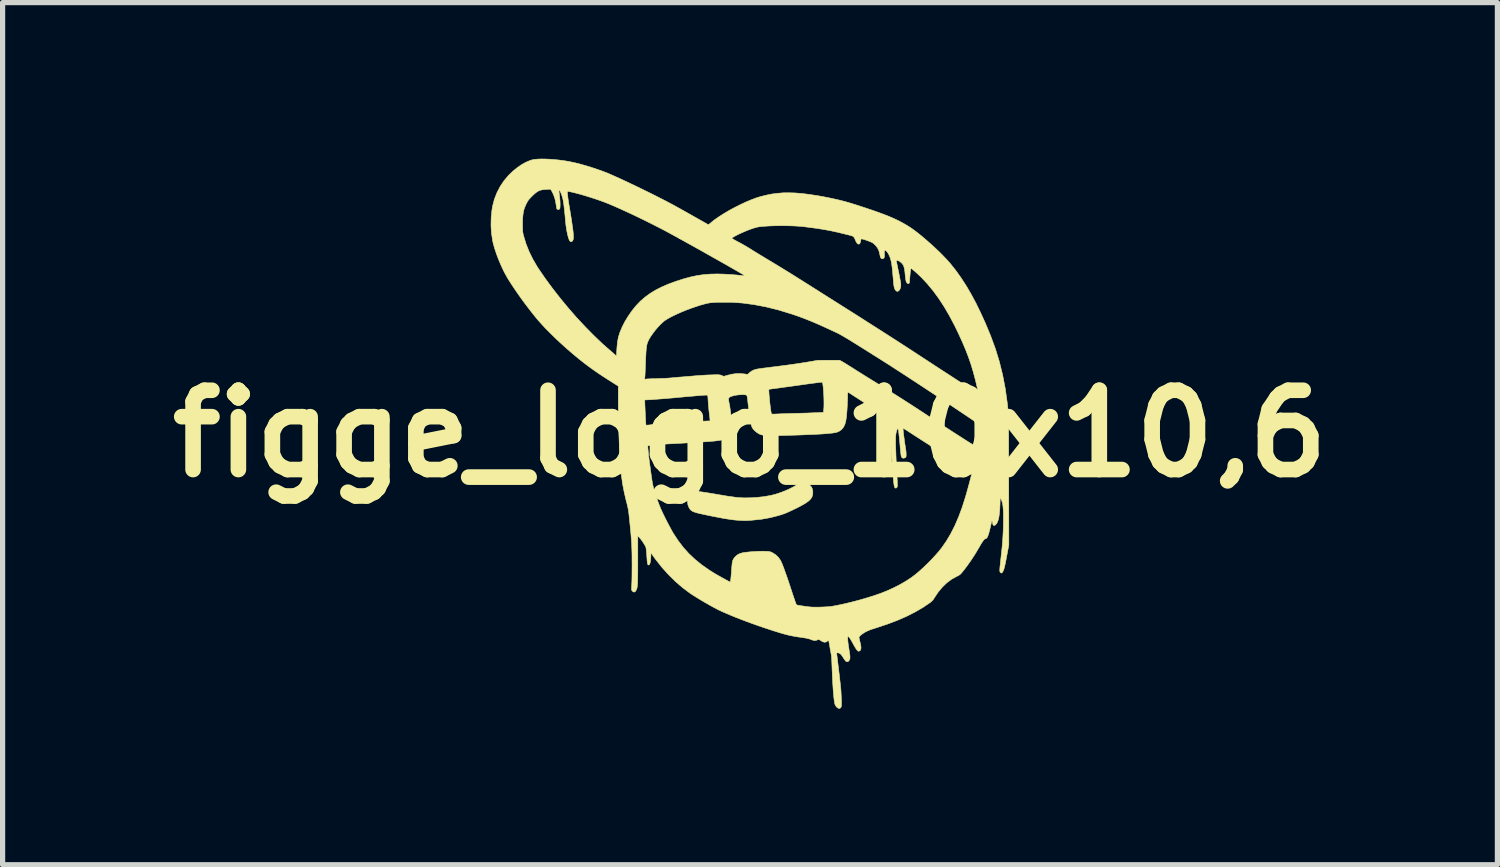
<source format=kicad_pcb>
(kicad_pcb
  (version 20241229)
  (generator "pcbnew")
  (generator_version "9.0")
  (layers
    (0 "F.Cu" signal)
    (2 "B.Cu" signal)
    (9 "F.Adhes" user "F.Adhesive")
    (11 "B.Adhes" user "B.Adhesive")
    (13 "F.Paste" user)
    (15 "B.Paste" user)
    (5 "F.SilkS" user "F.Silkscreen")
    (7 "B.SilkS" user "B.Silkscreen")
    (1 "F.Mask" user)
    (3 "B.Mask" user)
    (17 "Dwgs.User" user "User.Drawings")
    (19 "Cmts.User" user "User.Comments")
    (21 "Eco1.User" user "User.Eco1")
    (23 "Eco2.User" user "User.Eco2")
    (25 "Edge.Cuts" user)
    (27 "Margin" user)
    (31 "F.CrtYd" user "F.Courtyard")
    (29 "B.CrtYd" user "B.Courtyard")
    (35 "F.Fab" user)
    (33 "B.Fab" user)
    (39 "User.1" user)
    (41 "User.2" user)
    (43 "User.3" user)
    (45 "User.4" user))
  (footprint "figge_logo_10x10,6"
    (layer "F.Cu")
    (at 11.365 5.285)
    (property "Reference" "figge_logo_10x10,6" (at 0 0 0) (layer "F.SilkS") (effects (font (size 1.524 1.524) (thickness 0.3))))
    (attr through_hole)
    (fp_poly (pts (xy 1.057 0.947) (xy 1.086 0.951) (xy 1.11 0.96) (xy 1.132 0.975) (xy 1.145 0.985) (xy 1.178 1.021) (xy 1.198 1.061) (xy 1.206 1.108) (xy 1.207 1.129) (xy 1.204 1.166) (xy 1.197 1.199) (xy 1.183 1.23) (xy 1.161 1.26) (xy 1.131 1.29) (xy 1.091 1.32) (xy 1.041 1.352) (xy 0.978 1.387) (xy 0.903 1.426) (xy 0.864 1.445) (xy 0.799 1.476) (xy 0.745 1.501) (xy 0.698 1.522) (xy 0.654 1.539) (xy 0.61 1.554) (xy 0.563 1.569) (xy 0.542 1.575) (xy 0.384 1.615) (xy 0.216 1.645) (xy 0.041 1.663) (xy 0.023 1.665) (xy -0.025 1.668) (xy -0.063 1.67) (xy -0.094 1.671) (xy -0.124 1.67) (xy -0.157 1.669) (xy -0.195 1.667) (xy -0.25 1.663) (xy -0.306 1.658) (xy -0.367 1.65) (xy -0.433 1.64) (xy -0.508 1.628) (xy -0.593 1.612) (xy -0.69 1.593) (xy -0.762 1.579) (xy -0.847 1.561) (xy -0.918 1.546) (xy -0.976 1.533) (xy -1.024 1.521) (xy -1.062 1.509) (xy -1.092 1.498) (xy -1.116 1.485) (xy -1.134 1.472) (xy -1.149 1.457) (xy -1.161 1.44) (xy -1.173 1.419) (xy -1.175 1.417) (xy -1.195 1.363) (xy -1.201 1.31) (xy -1.193 1.257) (xy -1.172 1.209) (xy -1.139 1.167) (xy -1.098 1.137) (xy -1.085 1.129) (xy -1.071 1.123) (xy -1.057 1.118) (xy -1.041 1.115) (xy -1.021 1.113) (xy -0.997 1.113) (xy -0.967 1.115) (xy -0.93 1.119) (xy -0.884 1.126) (xy -0.829 1.134) (xy -0.763 1.145) (xy -0.684 1.158) (xy -0.593 1.174) (xy -0.535 1.183) (xy -0.474 1.194) (xy -0.411 1.204) (xy -0.35 1.212) (xy -0.294 1.22) (xy -0.249 1.226) (xy -0.227 1.228) (xy -0.112 1.234) (xy 0.012 1.232) (xy 0.14 1.224) (xy 0.266 1.21) (xy 0.387 1.189) (xy 0.414 1.183) (xy 0.499 1.161) (xy 0.589 1.131) (xy 0.679 1.096) (xy 0.766 1.057) (xy 0.844 1.016) (xy 0.884 0.992) (xy 0.956 0.946) (xy 1.017 0.946) (xy 1.057 0.947)) (stroke (width 0.01) (type solid)) (fill yes) (layer "F.SilkS"))
    (fp_poly (pts (xy -3.933 -5.279) (xy -3.846 -5.275) (xy -3.754 -5.268) (xy -3.659 -5.258) (xy -3.563 -5.245) (xy -3.469 -5.229) (xy -3.462 -5.227) (xy -3.371 -5.208) (xy -3.27 -5.183) (xy -3.163 -5.153) (xy -3.052 -5.119) (xy -2.943 -5.083) (xy -2.838 -5.046) (xy -2.741 -5.009) (xy -2.692 -4.988) (xy -2.609 -4.951) (xy -2.515 -4.909) (xy -2.412 -4.861) (xy -2.302 -4.809) (xy -2.189 -4.755) (xy -2.073 -4.699) (xy -1.958 -4.643) (xy -1.846 -4.587) (xy -1.739 -4.533) (xy -1.639 -4.482) (xy -1.548 -4.434) (xy -1.469 -4.392) (xy -1.461 -4.388) (xy -1.426 -4.368) (xy -1.379 -4.342) (xy -1.325 -4.312) (xy -1.265 -4.279) (xy -1.201 -4.243) (xy -1.136 -4.206) (xy -1.071 -4.169) (xy -1.008 -4.134) (xy -0.95 -4.101) (xy -0.899 -4.072) (xy -0.856 -4.048) (xy -0.825 -4.03) (xy -0.819 -4.027) (xy -0.808 -4.021) (xy -0.799 -4.02) (xy -0.787 -4.026) (xy -0.77 -4.039) (xy -0.753 -4.054) (xy -0.682 -4.111) (xy -0.597 -4.17) (xy -0.503 -4.23) (xy -0.402 -4.29) (xy -0.296 -4.347) (xy -0.187 -4.402) (xy -0.08 -4.452) (xy 0.025 -4.496) (xy 0.124 -4.533) (xy 0.202 -4.557) (xy 0.31 -4.584) (xy 0.418 -4.606) (xy 0.527 -4.62) (xy 0.639 -4.629) (xy 0.756 -4.63) (xy 0.878 -4.626) (xy 1.009 -4.615) (xy 1.149 -4.597) (xy 1.301 -4.574) (xy 1.422 -4.552) (xy 1.512 -4.534) (xy 1.594 -4.517) (xy 1.671 -4.5) (xy 1.745 -4.482) (xy 1.82 -4.463) (xy 1.897 -4.441) (xy 1.979 -4.416) (xy 2.069 -4.388) (xy 2.169 -4.355) (xy 2.244 -4.33) (xy 2.363 -4.29) (xy 2.468 -4.253) (xy 2.563 -4.218) (xy 2.648 -4.185) (xy 2.724 -4.153) (xy 2.795 -4.121) (xy 2.862 -4.089) (xy 2.927 -4.054) (xy 2.991 -4.018) (xy 3.044 -3.986) (xy 3.105 -3.946) (xy 3.174 -3.896) (xy 3.249 -3.838) (xy 3.328 -3.773) (xy 3.41 -3.702) (xy 3.493 -3.629) (xy 3.574 -3.554) (xy 3.653 -3.479) (xy 3.725 -3.405) (xy 3.791 -3.336) (xy 3.848 -3.271) (xy 3.858 -3.259) (xy 3.962 -3.128) (xy 4.061 -2.988) (xy 4.158 -2.838) (xy 4.252 -2.677) (xy 4.344 -2.505) (xy 4.434 -2.32) (xy 4.524 -2.122) (xy 4.613 -1.909) (xy 4.626 -1.876) (xy 4.715 -1.635) (xy 4.791 -1.387) (xy 4.854 -1.133) (xy 4.905 -0.87) (xy 4.943 -0.598) (xy 4.951 -0.531) (xy 4.97 -0.348) (xy 4.974 2.138) (xy 4.945 2.294) (xy 4.93 2.371) (xy 4.918 2.435) (xy 4.908 2.486) (xy 4.899 2.527) (xy 4.891 2.56) (xy 4.885 2.586) (xy 4.878 2.606) (xy 4.872 2.623) (xy 4.866 2.638) (xy 4.851 2.665) (xy 4.838 2.678) (xy 4.825 2.677) (xy 4.81 2.665) (xy 4.806 2.66) (xy 4.803 2.653) (xy 4.801 2.643) (xy 4.8 2.629) (xy 4.8 2.609) (xy 4.802 2.582) (xy 4.805 2.547) (xy 4.81 2.501) (xy 4.816 2.443) (xy 4.824 2.372) (xy 4.83 2.317) (xy 4.843 2.196) (xy 4.853 2.086) (xy 4.86 1.982) (xy 4.865 1.881) (xy 4.869 1.778) (xy 4.87 1.669) (xy 4.87 1.641) (xy 4.87 1.556) (xy 4.868 1.485) (xy 4.864 1.426) (xy 4.859 1.376) (xy 4.851 1.334) (xy 4.841 1.298) (xy 4.828 1.265) (xy 4.827 1.262) (xy 4.809 1.223) (xy 4.804 1.364) (xy 4.8 1.454) (xy 4.793 1.53) (xy 4.785 1.594) (xy 4.774 1.646) (xy 4.76 1.688) (xy 4.743 1.722) (xy 4.724 1.747) (xy 4.703 1.762) (xy 4.687 1.765) (xy 4.677 1.761) (xy 4.67 1.751) (xy 4.664 1.731) (xy 4.662 1.715) (xy 4.657 1.692) (xy 4.652 1.678) (xy 4.649 1.676) (xy 4.645 1.687) (xy 4.639 1.709) (xy 4.632 1.74) (xy 4.624 1.777) (xy 4.623 1.778) (xy 4.606 1.852) (xy 4.59 1.911) (xy 4.575 1.956) (xy 4.562 1.988) (xy 4.548 2.008) (xy 4.535 2.016) (xy 4.531 2.016) (xy 4.519 2.02) (xy 4.504 2.03) (xy 4.487 2.049) (xy 4.467 2.078) (xy 4.441 2.118) (xy 4.41 2.171) (xy 4.399 2.191) (xy 4.324 2.317) (xy 4.245 2.438) (xy 4.166 2.549) (xy 4.111 2.621) (xy 4.082 2.657) (xy 4.061 2.682) (xy 4.043 2.701) (xy 4.026 2.714) (xy 4.008 2.726) (xy 3.985 2.737) (xy 3.973 2.743) (xy 3.874 2.798) (xy 3.782 2.866) (xy 3.696 2.949) (xy 3.617 3.044) (xy 3.547 3.149) (xy 3.524 3.185) (xy 3.5 3.213) (xy 3.469 3.24) (xy 3.457 3.249) (xy 3.323 3.34) (xy 3.175 3.426) (xy 3.012 3.509) (xy 2.834 3.587) (xy 2.641 3.66) (xy 2.434 3.729) (xy 2.399 3.74) (xy 2.319 3.766) (xy 2.254 3.793) (xy 2.216 3.812) (xy 2.174 3.838) (xy 2.139 3.863) (xy 2.113 3.887) (xy 2.098 3.906) (xy 2.095 3.917) (xy 2.096 3.93) (xy 2.102 3.954) (xy 2.109 3.985) (xy 2.114 4.003) (xy 2.127 4.061) (xy 2.133 4.106) (xy 2.131 4.139) (xy 2.121 4.162) (xy 2.118 4.166) (xy 2.103 4.177) (xy 2.09 4.181) (xy 2.075 4.177) (xy 2.059 4.163) (xy 2.04 4.138) (xy 2.017 4.102) (xy 1.989 4.053) (xy 1.978 4.031) (xy 1.95 3.981) (xy 1.928 3.945) (xy 1.91 3.92) (xy 1.896 3.905) (xy 1.883 3.9) (xy 1.882 3.9) (xy 1.878 3.907) (xy 1.877 3.928) (xy 1.878 3.961) (xy 1.882 4.003) (xy 1.888 4.054) (xy 1.897 4.111) (xy 1.903 4.15) (xy 1.912 4.206) (xy 1.918 4.249) (xy 1.921 4.281) (xy 1.921 4.307) (xy 1.919 4.327) (xy 1.913 4.345) (xy 1.911 4.349) (xy 1.895 4.372) (xy 1.874 4.383) (xy 1.85 4.379) (xy 1.847 4.378) (xy 1.836 4.368) (xy 1.821 4.348) (xy 1.802 4.321) (xy 1.791 4.303) (xy 1.764 4.263) (xy 1.741 4.236) (xy 1.718 4.22) (xy 1.694 4.213) (xy 1.684 4.212) (xy 1.67 4.214) (xy 1.665 4.22) (xy 1.666 4.237) (xy 1.667 4.242) (xy 1.67 4.26) (xy 1.674 4.291) (xy 1.679 4.333) (xy 1.685 4.385) (xy 1.692 4.442) (xy 1.7 4.504) (xy 1.707 4.568) (xy 1.715 4.632) (xy 1.722 4.693) (xy 1.728 4.749) (xy 1.734 4.798) (xy 1.738 4.838) (xy 1.739 4.846) (xy 1.744 4.894) (xy 1.748 4.947) (xy 1.751 5.003) (xy 1.754 5.058) (xy 1.757 5.111) (xy 1.758 5.158) (xy 1.758 5.197) (xy 1.757 5.225) (xy 1.756 5.238) (xy 1.744 5.266) (xy 1.726 5.28) (xy 1.703 5.28) (xy 1.676 5.264) (xy 1.665 5.254) (xy 1.641 5.224) (xy 1.628 5.189) (xy 1.627 5.184) (xy 1.62 5.143) (xy 1.613 5.088) (xy 1.606 5.02) (xy 1.599 4.94) (xy 1.593 4.849) (xy 1.587 4.748) (xy 1.582 4.639) (xy 1.577 4.523) (xy 1.574 4.443) (xy 1.572 4.393) (xy 1.57 4.345) (xy 1.567 4.304) (xy 1.565 4.272) (xy 1.562 4.252) (xy 1.562 4.252) (xy 1.558 4.231) (xy 1.552 4.2) (xy 1.545 4.16) (xy 1.537 4.116) (xy 1.534 4.095) (xy 1.527 4.054) (xy 1.52 4.018) (xy 1.515 3.991) (xy 1.512 3.974) (xy 1.511 3.971) (xy 1.505 3.974) (xy 1.49 3.984) (xy 1.485 3.989) (xy 1.458 4.005) (xy 1.43 4.008) (xy 1.398 3.999) (xy 1.368 3.982) (xy 1.343 3.966) (xy 1.326 3.958) (xy 1.314 3.956) (xy 1.301 3.96) (xy 1.288 3.967) (xy 1.261 3.975) (xy 1.23 3.974) (xy 1.19 3.964) (xy 1.161 3.952) (xy 1.126 3.941) (xy 1.079 3.93) (xy 1.018 3.92) (xy 0.993 3.916) (xy 0.934 3.908) (xy 0.881 3.9) (xy 0.832 3.891) (xy 0.784 3.882) (xy 0.736 3.871) (xy 0.687 3.859) (xy 0.633 3.844) (xy 0.574 3.827) (xy 0.507 3.806) (xy 0.43 3.782) (xy 0.342 3.753) (xy 0.27 3.729) (xy 0.167 3.694) (xy 0.06 3.656) (xy -0.047 3.617) (xy -0.153 3.577) (xy -0.257 3.537) (xy -0.355 3.497) (xy -0.445 3.459) (xy -0.526 3.424) (xy -0.595 3.392) (xy -0.625 3.377) (xy -0.676 3.35) (xy -0.735 3.318) (xy -0.8 3.282) (xy -0.868 3.243) (xy -0.936 3.203) (xy -1.001 3.163) (xy -1.061 3.126) (xy -1.113 3.093) (xy -1.154 3.066) (xy -1.155 3.065) (xy -1.299 2.957) (xy -1.44 2.835) (xy -1.574 2.702) (xy -1.7 2.561) (xy -1.816 2.414) (xy -1.856 2.358) (xy -1.903 2.29) (xy -1.907 2.382) (xy -1.912 2.44) (xy -1.92 2.483) (xy -1.931 2.511) (xy -1.945 2.524) (xy -1.95 2.524) (xy -1.958 2.522) (xy -1.964 2.515) (xy -1.969 2.5) (xy -1.974 2.475) (xy -1.978 2.441) (xy -1.981 2.393) (xy -1.984 2.352) (xy -1.987 2.305) (xy -1.991 2.262) (xy -1.995 2.225) (xy -1.999 2.198) (xy -2.001 2.186) (xy -2.01 2.164) (xy -2.027 2.134) (xy -2.049 2.099) (xy -2.073 2.063) (xy -2.098 2.029) (xy -2.12 2.003) (xy -2.129 1.993) (xy -2.157 1.966) (xy -2.157 2.428) (xy -2.157 2.532) (xy -2.157 2.621) (xy -2.158 2.698) (xy -2.159 2.762) (xy -2.16 2.816) (xy -2.161 2.861) (xy -2.163 2.897) (xy -2.166 2.927) (xy -2.169 2.95) (xy -2.173 2.97) (xy -2.178 2.986) (xy -2.184 3) (xy -2.189 3.01) (xy -2.206 3.035) (xy -2.225 3.045) (xy -2.246 3.039) (xy -2.268 3.019) (xy -2.273 3.011) (xy -2.276 3) (xy -2.277 2.982) (xy -2.277 2.955) (xy -2.274 2.916) (xy -2.274 2.911) (xy -2.272 2.871) (xy -2.27 2.818) (xy -2.269 2.754) (xy -2.268 2.683) (xy -2.268 2.606) (xy -2.267 2.525) (xy -2.268 2.445) (xy -2.268 2.366) (xy -2.269 2.293) (xy -2.271 2.226) (xy -2.273 2.169) (xy -2.274 2.138) (xy -2.277 2.089) (xy -2.281 2.031) (xy -2.286 1.966) (xy -2.292 1.897) (xy -2.299 1.825) (xy -2.306 1.753) (xy -2.313 1.684) (xy -2.32 1.619) (xy -2.326 1.56) (xy -2.332 1.511) (xy -2.337 1.474) (xy -2.341 1.454) (xy -2.347 1.423) (xy -2.356 1.383) (xy -2.367 1.337) (xy -2.379 1.292) (xy -2.38 1.29) (xy -2.418 1.127) (xy -2.449 0.967) (xy -2.472 0.803) (xy -2.488 0.631) (xy -2.489 0.625) (xy -2.499 0.476) (xy -2.508 0.316) (xy -2.511 0.243) (xy -1.965 0.243) (xy -1.964 0.266) (xy -1.961 0.301) (xy -1.956 0.346) (xy -1.951 0.399) (xy -1.944 0.459) (xy -1.936 0.523) (xy -1.927 0.59) (xy -1.918 0.658) (xy -1.909 0.725) (xy -1.9 0.789) (xy -1.891 0.85) (xy -1.883 0.904) (xy -1.875 0.95) (xy -1.868 0.986) (xy -1.867 0.992) (xy -1.855 1.041) (xy -1.838 1.1) (xy -1.817 1.167) (xy -1.794 1.237) (xy -1.769 1.307) (xy -1.744 1.373) (xy -1.72 1.432) (xy -1.716 1.442) (xy -1.692 1.495) (xy -1.663 1.556) (xy -1.63 1.623) (xy -1.595 1.692) (xy -1.56 1.759) (xy -1.526 1.822) (xy -1.496 1.877) (xy -1.474 1.915) (xy -1.382 2.055) (xy -1.283 2.185) (xy -1.175 2.305) (xy -1.057 2.416) (xy -0.928 2.521) (xy -0.786 2.62) (xy -0.699 2.675) (xy -0.666 2.695) (xy -0.627 2.717) (xy -0.585 2.741) (xy -0.542 2.765) (xy -0.5 2.788) (xy -0.461 2.81) (xy -0.427 2.828) (xy -0.401 2.842) (xy -0.384 2.85) (xy -0.379 2.851) (xy -0.377 2.842) (xy -0.373 2.819) (xy -0.369 2.786) (xy -0.365 2.745) (xy -0.361 2.699) (xy -0.357 2.649) (xy -0.353 2.599) (xy -0.352 2.581) (xy -0.347 2.524) (xy -0.342 2.479) (xy -0.334 2.444) (xy -0.322 2.416) (xy -0.307 2.391) (xy -0.286 2.367) (xy -0.279 2.36) (xy -0.243 2.329) (xy -0.203 2.307) (xy -0.156 2.292) (xy -0.126 2.286) (xy -0.078 2.279) (xy -0.019 2.273) (xy 0.048 2.267) (xy 0.116 2.263) (xy 0.184 2.26) (xy 0.245 2.259) (xy 0.282 2.26) (xy 0.323 2.261) (xy 0.354 2.263) (xy 0.376 2.267) (xy 0.396 2.272) (xy 0.416 2.281) (xy 0.433 2.289) (xy 0.493 2.327) (xy 0.545 2.377) (xy 0.587 2.436) (xy 0.597 2.457) (xy 0.612 2.489) (xy 0.63 2.535) (xy 0.652 2.593) (xy 0.676 2.661) (xy 0.704 2.738) (xy 0.733 2.822) (xy 0.763 2.913) (xy 0.794 3.007) (xy 0.812 3.061) (xy 0.83 3.117) (xy 0.848 3.168) (xy 0.863 3.213) (xy 0.876 3.249) (xy 0.886 3.274) (xy 0.892 3.287) (xy 0.893 3.288) (xy 0.9 3.292) (xy 0.915 3.295) (xy 0.94 3.3) (xy 0.975 3.306) (xy 1.022 3.313) (xy 1.082 3.321) (xy 1.145 3.329) (xy 1.18 3.332) (xy 1.227 3.334) (xy 1.282 3.334) (xy 1.343 3.333) (xy 1.404 3.331) (xy 1.463 3.328) (xy 1.516 3.325) (xy 1.56 3.32) (xy 1.573 3.318) (xy 1.667 3.301) (xy 1.772 3.279) (xy 1.885 3.253) (xy 2.002 3.224) (xy 2.121 3.192) (xy 2.238 3.158) (xy 2.349 3.124) (xy 2.453 3.089) (xy 2.528 3.062) (xy 2.65 3.013) (xy 2.771 2.957) (xy 2.888 2.897) (xy 2.998 2.833) (xy 3.097 2.768) (xy 3.177 2.708) (xy 3.252 2.645) (xy 3.331 2.574) (xy 3.41 2.498) (xy 3.488 2.419) (xy 3.56 2.341) (xy 3.626 2.266) (xy 3.681 2.197) (xy 3.685 2.192) (xy 3.775 2.062) (xy 3.859 1.92) (xy 3.937 1.766) (xy 4.009 1.599) (xy 4.076 1.419) (xy 4.137 1.227) (xy 4.153 1.174) (xy 4.169 1.117) (xy 4.186 1.057) (xy 4.202 0.997) (xy 4.218 0.938) (xy 4.232 0.884) (xy 4.245 0.835) (xy 4.255 0.794) (xy 4.263 0.762) (xy 4.267 0.743) (xy 4.267 0.739) (xy 4.263 0.728) (xy 4.249 0.716) (xy 4.224 0.701) (xy 4.209 0.693) (xy 4.191 0.684) (xy 4.172 0.673) (xy 4.148 0.659) (xy 4.121 0.643) (xy 4.087 0.622) (xy 4.046 0.597) (xy 3.998 0.566) (xy 3.94 0.529) (xy 3.871 0.485) (xy 3.79 0.434) (xy 3.783 0.429) (xy 3.728 0.394) (xy 3.667 0.355) (xy 3.604 0.315) (xy 3.545 0.278) (xy 3.494 0.247) (xy 3.493 0.246) (xy 3.448 0.218) (xy 3.393 0.183) (xy 3.333 0.145) (xy 3.27 0.104) (xy 3.209 0.065) (xy 3.169 0.039) (xy 3.109 -0.000059) (xy 3.061 -0.031) (xy 3.023 -0.056) (xy 2.995 -0.074) (xy 2.974 -0.086) (xy 2.959 -0.095) (xy 2.95 -0.099) (xy 2.944 -0.1) (xy 2.941 -0.099) (xy 2.941 -0.099) (xy 2.941 -0.09) (xy 2.943 -0.069) (xy 2.946 -0.036) (xy 2.951 0.004) (xy 2.956 0.05) (xy 2.963 0.099) (xy 2.969 0.149) (xy 2.976 0.197) (xy 2.983 0.24) (xy 2.989 0.278) (xy 2.99 0.285) (xy 2.996 0.326) (xy 3 0.366) (xy 3.001 0.403) (xy 3 0.432) (xy 2.996 0.449) (xy 2.995 0.451) (xy 2.984 0.46) (xy 2.967 0.468) (xy 2.941 0.472) (xy 2.92 0.461) (xy 2.907 0.44) (xy 2.904 0.427) (xy 2.9 0.4) (xy 2.896 0.363) (xy 2.891 0.318) (xy 2.886 0.267) (xy 2.884 0.235) (xy 2.876 0.143) (xy 2.868 0.065) (xy 2.861 0.002) (xy 2.855 -0.047) (xy 2.849 -0.081) (xy 2.848 -0.085) (xy 2.843 -0.097) (xy 2.835 -0.094) (xy 2.826 -0.076) (xy 2.815 -0.043) (xy 2.813 -0.034) (xy 2.806 -0.007) (xy 2.802 0.023) (xy 2.799 0.06) (xy 2.798 0.106) (xy 2.798 0.138) (xy 2.798 0.199) (xy 2.8 0.273) (xy 2.803 0.358) (xy 2.806 0.45) (xy 2.81 0.547) (xy 2.815 0.645) (xy 2.82 0.743) (xy 2.825 0.832) (xy 2.829 0.891) (xy 2.831 0.936) (xy 2.832 0.969) (xy 2.832 0.993) (xy 2.831 1.01) (xy 2.829 1.021) (xy 2.826 1.028) (xy 2.825 1.03) (xy 2.809 1.045) (xy 2.793 1.045) (xy 2.784 1.037) (xy 2.777 1.025) (xy 2.771 1.002) (xy 2.765 0.968) (xy 2.76 0.923) (xy 2.754 0.865) (xy 2.748 0.795) (xy 2.743 0.711) (xy 2.737 0.613) (xy 2.731 0.509) (xy 2.725 0.401) (xy 2.719 0.306) (xy 2.712 0.223) (xy 2.704 0.148) (xy 2.695 0.081) (xy 2.684 0.019) (xy 2.671 -0.041) (xy 2.657 -0.101) (xy 2.645 -0.145) (xy 2.632 -0.184) (xy 2.616 -0.227) (xy 2.597 -0.27) (xy 2.578 -0.31) (xy 2.559 -0.343) (xy 2.543 -0.367) (xy 2.537 -0.373) (xy 2.527 -0.381) (xy 2.505 -0.396) (xy 2.473 -0.417) (xy 2.433 -0.444) (xy 2.385 -0.475) (xy 2.332 -0.509) (xy 2.276 -0.545) (xy 2.266 -0.551) (xy 2.207 -0.589) (xy 2.15 -0.626) (xy 2.096 -0.661) (xy 2.048 -0.692) (xy 2.007 -0.718) (xy 1.976 -0.738) (xy 1.956 -0.751) (xy 1.956 -0.752) (xy 1.922 -0.774) (xy 1.899 -0.788) (xy 1.886 -0.792) (xy 1.879 -0.786) (xy 1.876 -0.769) (xy 1.876 -0.74) (xy 1.876 -0.726) (xy 1.875 -0.681) (xy 1.873 -0.627) (xy 1.87 -0.565) (xy 1.867 -0.501) (xy 1.863 -0.438) (xy 1.858 -0.381) (xy 1.854 -0.333) (xy 1.852 -0.313) (xy 1.839 -0.236) (xy 1.821 -0.173) (xy 1.795 -0.122) (xy 1.762 -0.082) (xy 1.721 -0.051) (xy 1.67 -0.028) (xy 1.669 -0.028) (xy 1.638 -0.02) (xy 1.592 -0.013) (xy 1.531 -0.006) (xy 1.454 0.001) (xy 1.362 0.007) (xy 1.254 0.013) (xy 1.131 0.018) (xy 0.992 0.024) (xy 0.838 0.029) (xy 0.723 0.032) (xy 0.62 0.035) (xy 0.532 0.037) (xy 0.457 0.037) (xy 0.394 0.037) (xy 0.341 0.036) (xy 0.297 0.033) (xy 0.261 0.03) (xy 0.232 0.025) (xy 0.207 0.018) (xy 0.187 0.01) (xy 0.173 0.004) (xy 0.132 -0.022) (xy 0.093 -0.054) (xy 0.062 -0.087) (xy 0.04 -0.119) (xy 0.04 -0.12) (xy 0.028 -0.152) (xy 0.016 -0.199) (xy 0.004 -0.261) (xy -0.009 -0.34) (xy -0.021 -0.433) (xy -0.034 -0.543) (xy -0.043 -0.621) (xy -0.048 -0.667) (xy -0.052 -0.7) (xy -0.057 -0.721) (xy -0.062 -0.734) (xy -0.068 -0.741) (xy -0.084 -0.746) (xy -0.112 -0.749) (xy -0.148 -0.75) (xy -0.189 -0.748) (xy -0.232 -0.745) (xy -0.273 -0.739) (xy -0.309 -0.733) (xy -0.328 -0.727) (xy -0.364 -0.715) (xy -0.389 -0.704) (xy -0.405 -0.691) (xy -0.412 -0.674) (xy -0.412 -0.649) (xy -0.407 -0.614) (xy -0.399 -0.577) (xy -0.39 -0.53) (xy -0.382 -0.474) (xy -0.373 -0.412) (xy -0.365 -0.349) (xy -0.358 -0.288) (xy -0.353 -0.234) (xy -0.35 -0.189) (xy -0.349 -0.173) (xy -0.349 -0.14) (xy -0.351 -0.117) (xy -0.356 -0.096) (xy -0.365 -0.073) (xy -0.38 -0.042) (xy -0.382 -0.039) (xy -0.41 0.013) (xy -0.435 0.052) (xy -0.46 0.08) (xy -0.488 0.1) (xy -0.521 0.115) (xy -0.562 0.125) (xy -0.582 0.128) (xy -0.611 0.133) (xy -0.645 0.137) (xy -0.686 0.142) (xy -0.732 0.146) (xy -0.787 0.151) (xy -0.85 0.155) (xy -0.923 0.16) (xy -1.006 0.166) (xy -1.101 0.171) (xy -1.208 0.177) (xy -1.329 0.184) (xy -1.463 0.191) (xy -1.54 0.195) (xy -1.595 0.198) (xy -1.653 0.202) (xy -1.712 0.207) (xy -1.77 0.211) (xy -1.824 0.216) (xy -1.872 0.221) (xy -1.912 0.225) (xy -1.942 0.229) (xy -1.96 0.233) (xy -1.964 0.234) (xy -1.965 0.243) (xy -2.511 0.243) (xy -2.515 0.146) (xy -2.522 -0.03) (xy -2.527 -0.209) (xy -2.53 -0.386) (xy -2.532 -0.56) (xy -2.532 -0.642) (xy -2.532 -0.649) (xy -2.024 -0.649) (xy -2.02 -0.541) (xy -2.016 -0.454) (xy -2.013 -0.38) (xy -2.01 -0.32) (xy -2.007 -0.272) (xy -2.005 -0.235) (xy -2.004 -0.207) (xy -2.002 -0.187) (xy -2.001 -0.175) (xy -1.999 -0.168) (xy -1.999 -0.167) (xy -1.988 -0.164) (xy -1.963 -0.165) (xy -1.923 -0.169) (xy -1.896 -0.173) (xy -1.846 -0.179) (xy -1.789 -0.186) (xy -1.732 -0.192) (xy -1.698 -0.195) (xy -1.43 -0.215) (xy -1.147 -0.231) (xy -1.02 -0.236) (xy -0.959 -0.238) (xy -0.903 -0.24) (xy -0.855 -0.242) (xy -0.815 -0.244) (xy -0.786 -0.245) (xy -0.77 -0.246) (xy -0.768 -0.247) (xy -0.768 -0.254) (xy -0.77 -0.275) (xy -0.773 -0.306) (xy -0.778 -0.345) (xy -0.781 -0.374) (xy -0.788 -0.43) (xy -0.794 -0.492) (xy -0.8 -0.554) (xy -0.804 -0.609) (xy -0.804 -0.618) (xy -0.807 -0.659) (xy -0.809 -0.695) (xy -0.812 -0.722) (xy -0.815 -0.737) (xy -0.816 -0.74) (xy -0.825 -0.741) (xy -0.85 -0.741) (xy -0.889 -0.739) (xy -0.942 -0.735) (xy -1.008 -0.73) (xy -1.087 -0.723) (xy -1.178 -0.715) (xy -1.281 -0.706) (xy -1.391 -0.696) (xy -1.452 -0.69) (xy -1.519 -0.684) (xy -1.589 -0.678) (xy -1.66 -0.672) (xy -1.73 -0.667) (xy -1.797 -0.662) (xy -1.859 -0.657) (xy -1.913 -0.653) (xy -1.957 -0.651) (xy -1.99 -0.649) (xy -2.006 -0.649) (xy -2.024 -0.649) (xy -2.532 -0.649) (xy -2.532 -0.851) (xy 0.36 -0.851) (xy 0.364 -0.783) (xy 0.367 -0.738) (xy 0.372 -0.686) (xy 0.377 -0.632) (xy 0.382 -0.578) (xy 0.389 -0.526) (xy 0.395 -0.478) (xy 0.401 -0.436) (xy 0.406 -0.405) (xy 0.41 -0.385) (xy 0.412 -0.38) (xy 0.421 -0.378) (xy 0.443 -0.376) (xy 0.473 -0.377) (xy 0.503 -0.378) (xy 0.531 -0.379) (xy 0.572 -0.381) (xy 0.624 -0.383) (xy 0.684 -0.385) (xy 0.751 -0.387) (xy 0.821 -0.389) (xy 0.894 -0.391) (xy 0.899 -0.391) (xy 0.972 -0.393) (xy 1.044 -0.395) (xy 1.113 -0.397) (xy 1.177 -0.4) (xy 1.232 -0.402) (xy 1.277 -0.403) (xy 1.308 -0.405) (xy 1.309 -0.405) (xy 1.411 -0.41) (xy 1.417 -0.473) (xy 1.42 -0.51) (xy 1.421 -0.556) (xy 1.421 -0.609) (xy 1.42 -0.665) (xy 1.418 -0.724) (xy 1.415 -0.781) (xy 1.411 -0.837) (xy 1.407 -0.887) (xy 1.402 -0.929) (xy 1.397 -0.962) (xy 1.392 -0.983) (xy 1.389 -0.989) (xy 1.381 -0.989) (xy 1.358 -0.987) (xy 1.323 -0.984) (xy 1.278 -0.978) (xy 1.223 -0.971) (xy 1.162 -0.963) (xy 1.094 -0.954) (xy 1.046 -0.947) (xy 0.968 -0.936) (xy 0.889 -0.925) (xy 0.811 -0.914) (xy 0.738 -0.904) (xy 0.672 -0.895) (xy 0.614 -0.887) (xy 0.57 -0.881) (xy 0.559 -0.879) (xy 0.511 -0.873) (xy 0.466 -0.867) (xy 0.429 -0.862) (xy 0.401 -0.858) (xy 0.385 -0.856) (xy 0.36 -0.851) (xy -2.532 -0.851) (xy -2.532 -0.915) (xy -2.573 -0.94) (xy -2.671 -1.002) (xy -2.739 -1.046) (xy -2.025 -1.046) (xy -1.995 -1.05) (xy -1.979 -1.052) (xy -1.95 -1.053) (xy -1.91 -1.055) (xy -1.863 -1.057) (xy -1.811 -1.058) (xy -1.782 -1.059) (xy -1.725 -1.061) (xy -1.669 -1.063) (xy -1.618 -1.065) (xy -1.574 -1.068) (xy -1.541 -1.07) (xy -1.532 -1.071) (xy -1.502 -1.074) (xy -1.461 -1.078) (xy -1.412 -1.082) (xy -1.359 -1.087) (xy -1.313 -1.09) (xy -1.254 -1.095) (xy -1.188 -1.101) (xy -1.123 -1.106) (xy -1.063 -1.111) (xy -1.032 -1.114) (xy -0.98 -1.118) (xy -0.919 -1.122) (xy -0.853 -1.126) (xy -0.788 -1.129) (xy -0.742 -1.13) (xy -0.688 -1.132) (xy -0.647 -1.133) (xy -0.616 -1.133) (xy -0.593 -1.131) (xy -0.577 -1.129) (xy -0.563 -1.126) (xy -0.549 -1.121) (xy -0.545 -1.119) (xy -0.507 -1.102) (xy -0.439 -1.121) (xy -0.351 -1.143) (xy -0.271 -1.154) (xy -0.193 -1.156) (xy -0.113 -1.149) (xy -0.106 -1.148) (xy -0.047 -1.139) (xy -0.011 -1.172) (xy 0.033 -1.205) (xy 0.084 -1.229) (xy 0.134 -1.242) (xy 0.15 -1.244) (xy 0.18 -1.249) (xy 0.223 -1.255) (xy 0.275 -1.262) (xy 0.335 -1.269) (xy 0.402 -1.278) (xy 0.474 -1.287) (xy 0.524 -1.293) (xy 0.606 -1.304) (xy 0.693 -1.315) (xy 0.78 -1.327) (xy 0.865 -1.339) (xy 0.945 -1.351) (xy 1.016 -1.362) (xy 1.075 -1.371) (xy 1.086 -1.373) (xy 1.301 -1.41) (xy 1.512 -1.411) (xy 1.723 -1.411) (xy 1.766 -1.388) (xy 1.785 -1.377) (xy 1.815 -1.359) (xy 1.853 -1.336) (xy 1.896 -1.309) (xy 1.942 -1.28) (xy 1.962 -1.268) (xy 2.007 -1.239) (xy 2.063 -1.203) (xy 2.126 -1.164) (xy 2.193 -1.122) (xy 2.26 -1.08) (xy 2.325 -1.04) (xy 2.349 -1.025) (xy 2.505 -0.929) (xy 2.65 -0.839) (xy 2.787 -0.753) (xy 2.918 -0.67) (xy 3.046 -0.588) (xy 3.173 -0.506) (xy 3.302 -0.422) (xy 3.419 -0.345) (xy 3.496 -0.295) (xy 3.576 -0.243) (xy 3.657 -0.19) (xy 3.738 -0.137) (xy 3.819 -0.085) (xy 3.898 -0.033) (xy 3.975 0.016) (xy 4.047 0.062) (xy 4.115 0.106) (xy 4.177 0.145) (xy 4.231 0.179) (xy 4.278 0.208) (xy 4.315 0.231) (xy 4.342 0.248) (xy 4.357 0.256) (xy 4.361 0.258) (xy 4.363 0.251) (xy 4.368 0.23) (xy 4.373 0.198) (xy 4.38 0.158) (xy 4.387 0.111) (xy 4.391 0.088) (xy 4.398 0.035) (xy 4.405 -0.014) (xy 4.41 -0.059) (xy 4.414 -0.094) (xy 4.416 -0.118) (xy 4.416 -0.123) (xy 4.415 -0.145) (xy 4.411 -0.16) (xy 4.402 -0.173) (xy 4.383 -0.189) (xy 4.375 -0.196) (xy 4.357 -0.209) (xy 4.328 -0.23) (xy 4.287 -0.258) (xy 4.237 -0.292) (xy 4.177 -0.333) (xy 4.108 -0.379) (xy 4.033 -0.429) (xy 3.951 -0.484) (xy 3.864 -0.542) (xy 3.773 -0.602) (xy 3.679 -0.665) (xy 3.582 -0.729) (xy 3.483 -0.794) (xy 3.384 -0.859) (xy 3.286 -0.924) (xy 3.19 -0.987) (xy 3.095 -1.049) (xy 3.005 -1.108) (xy 2.919 -1.164) (xy 2.838 -1.216) (xy 2.764 -1.264) (xy 2.697 -1.308) (xy 2.638 -1.345) (xy 2.614 -1.36) (xy 2.49 -1.439) (xy 2.378 -1.509) (xy 2.278 -1.572) (xy 2.189 -1.628) (xy 2.109 -1.678) (xy 2.039 -1.722) (xy 1.977 -1.76) (xy 1.923 -1.794) (xy 1.876 -1.823) (xy 1.834 -1.847) (xy 1.798 -1.869) (xy 1.766 -1.887) (xy 1.738 -1.903) (xy 1.713 -1.917) (xy 1.689 -1.929) (xy 1.667 -1.94) (xy 1.646 -1.95) (xy 1.641 -1.952) (xy 1.524 -2.006) (xy 1.42 -2.054) (xy 1.324 -2.097) (xy 1.237 -2.135) (xy 1.155 -2.169) (xy 1.077 -2.2) (xy 1 -2.23) (xy 0.922 -2.258) (xy 0.842 -2.286) (xy 0.78 -2.306) (xy 0.541 -2.379) (xy 0.306 -2.437) (xy 0.076 -2.481) (xy -0.15 -2.511) (xy -0.37 -2.526) (xy -0.585 -2.526) (xy -0.625 -2.525) (xy -0.683 -2.522) (xy -0.729 -2.519) (xy -0.766 -2.515) (xy -0.799 -2.51) (xy -0.832 -2.503) (xy -0.867 -2.494) (xy -0.868 -2.494) (xy -0.952 -2.471) (xy -1.041 -2.442) (xy -1.131 -2.411) (xy -1.221 -2.377) (xy -1.308 -2.342) (xy -1.392 -2.305) (xy -1.469 -2.269) (xy -1.538 -2.234) (xy -1.597 -2.2) (xy -1.645 -2.169) (xy -1.666 -2.151) (xy -1.72 -2.101) (xy -1.775 -2.043) (xy -1.827 -1.981) (xy -1.874 -1.918) (xy -1.916 -1.857) (xy -1.949 -1.8) (xy -1.969 -1.754) (xy -1.977 -1.731) (xy -1.983 -1.704) (xy -1.989 -1.672) (xy -1.993 -1.633) (xy -1.998 -1.586) (xy -2.001 -1.528) (xy -2.005 -1.458) (xy -2.008 -1.375) (xy -2.008 -1.364) (xy -2.011 -1.303) (xy -2.013 -1.246) (xy -2.015 -1.193) (xy -2.017 -1.149) (xy -2.019 -1.114) (xy -2.021 -1.093) (xy -2.021 -1.091) (xy -2.025 -1.046) (xy -2.739 -1.046) (xy -2.757 -1.057) (xy -2.833 -1.106) (xy -2.901 -1.151) (xy -2.964 -1.194) (xy -3.022 -1.235) (xy -3.079 -1.276) (xy -3.135 -1.317) (xy -3.177 -1.349) (xy -3.285 -1.434) (xy -3.396 -1.526) (xy -3.508 -1.622) (xy -3.618 -1.721) (xy -3.726 -1.821) (xy -3.828 -1.921) (xy -3.924 -2.017) (xy -4.01 -2.11) (xy -4.086 -2.196) (xy -4.097 -2.209) (xy -4.17 -2.299) (xy -4.246 -2.396) (xy -4.322 -2.496) (xy -4.397 -2.598) (xy -4.469 -2.7) (xy -4.536 -2.798) (xy -4.597 -2.89) (xy -4.651 -2.975) (xy -4.676 -3.018) (xy -4.72 -3.098) (xy -4.763 -3.186) (xy -4.804 -3.279) (xy -4.844 -3.375) (xy -4.879 -3.471) (xy -4.909 -3.562) (xy -4.933 -3.646) (xy -4.946 -3.704) (xy -4.969 -3.853) (xy -4.977 -3.979) (xy -4.372 -3.979) (xy -4.372 -3.937) (xy -4.37 -3.905) (xy -4.368 -3.878) (xy -4.364 -3.853) (xy -4.358 -3.827) (xy -4.351 -3.796) (xy -4.35 -3.795) (xy -4.305 -3.648) (xy -4.246 -3.5) (xy -4.175 -3.355) (xy -4.093 -3.214) (xy -4.074 -3.184) (xy -3.941 -2.99) (xy -3.798 -2.795) (xy -3.647 -2.602) (xy -3.49 -2.412) (xy -3.329 -2.227) (xy -3.164 -2.051) (xy -2.999 -1.884) (xy -2.836 -1.728) (xy -2.731 -1.636) (xy -2.567 -1.493) (xy -2.562 -1.589) (xy -2.559 -1.635) (xy -2.555 -1.685) (xy -2.55 -1.732) (xy -2.548 -1.758) (xy -2.531 -1.85) (xy -2.501 -1.947) (xy -2.458 -2.05) (xy -2.403 -2.158) (xy -2.338 -2.263) (xy -2.265 -2.368) (xy -2.188 -2.463) (xy -2.106 -2.548) (xy -2.017 -2.625) (xy -1.921 -2.695) (xy -1.815 -2.76) (xy -1.699 -2.819) (xy -1.57 -2.875) (xy -1.427 -2.927) (xy -1.416 -2.931) (xy -1.276 -2.976) (xy -1.143 -3.012) (xy -1.016 -3.039) (xy -0.89 -3.057) (xy -0.761 -3.067) (xy -0.627 -3.07) (xy -0.484 -3.066) (xy -0.475 -3.065) (xy -0.417 -3.062) (xy -0.356 -3.058) (xy -0.298 -3.053) (xy -0.246 -3.049) (xy -0.205 -3.044) (xy -0.201 -3.044) (xy -0.163 -3.039) (xy -0.131 -3.036) (xy -0.108 -3.035) (xy -0.097 -3.035) (xy -0.096 -3.035) (xy -0.102 -3.039) (xy -0.121 -3.051) (xy -0.151 -3.069) (xy -0.192 -3.093) (xy -0.243 -3.123) (xy -0.302 -3.157) (xy -0.369 -3.195) (xy -0.443 -3.238) (xy -0.523 -3.283) (xy -0.608 -3.331) (xy -0.697 -3.381) (xy -0.789 -3.433) (xy -0.883 -3.486) (xy -0.977 -3.539) (xy -1.072 -3.592) (xy -1.166 -3.644) (xy -1.258 -3.695) (xy -1.346 -3.744) (xy -1.371 -3.758) (xy -0.354 -3.758) (xy -0.316 -3.734) (xy -0.293 -3.72) (xy -0.261 -3.703) (xy -0.224 -3.683) (xy -0.191 -3.666) (xy -0.15 -3.643) (xy -0.102 -3.616) (xy -0.053 -3.587) (xy -0.012 -3.562) (xy 0.018 -3.544) (xy 0.058 -3.518) (xy 0.107 -3.488) (xy 0.163 -3.454) (xy 0.222 -3.418) (xy 0.283 -3.381) (xy 0.324 -3.356) (xy 0.428 -3.294) (xy 0.52 -3.238) (xy 0.604 -3.187) (xy 0.681 -3.139) (xy 0.755 -3.094) (xy 0.826 -3.05) (xy 0.899 -3.004) (xy 0.974 -2.957) (xy 1.055 -2.906) (xy 1.09 -2.884) (xy 1.142 -2.851) (xy 1.205 -2.811) (xy 1.277 -2.766) (xy 1.355 -2.716) (xy 1.439 -2.663) (xy 1.526 -2.608) (xy 1.613 -2.553) (xy 1.699 -2.499) (xy 1.766 -2.456) (xy 2.035 -2.287) (xy 2.293 -2.122) (xy 2.543 -1.963) (xy 2.789 -1.805) (xy 3.032 -1.648) (xy 3.275 -1.489) (xy 3.341 -1.446) (xy 3.488 -1.35) (xy 3.622 -1.262) (xy 3.744 -1.183) (xy 3.854 -1.112) (xy 3.952 -1.048) (xy 4.039 -0.992) (xy 4.115 -0.942) (xy 4.181 -0.9) (xy 4.237 -0.865) (xy 4.283 -0.836) (xy 4.319 -0.814) (xy 4.347 -0.798) (xy 4.365 -0.787) (xy 4.376 -0.782) (xy 4.378 -0.782) (xy 4.384 -0.788) (xy 4.384 -0.792) (xy 4.383 -0.805) (xy 4.378 -0.831) (xy 4.37 -0.868) (xy 4.36 -0.911) (xy 4.349 -0.959) (xy 4.337 -1.009) (xy 4.329 -1.043) (xy 4.29 -1.188) (xy 4.247 -1.331) (xy 4.198 -1.473) (xy 4.142 -1.617) (xy 4.079 -1.766) (xy 4.008 -1.921) (xy 3.932 -2.078) (xy 3.832 -2.267) (xy 3.73 -2.442) (xy 3.625 -2.602) (xy 3.517 -2.749) (xy 3.405 -2.884) (xy 3.333 -2.961) (xy 3.296 -3) (xy 3.257 -3.038) (xy 3.218 -3.074) (xy 3.182 -3.107) (xy 3.15 -3.135) (xy 3.124 -3.156) (xy 3.106 -3.17) (xy 3.098 -3.173) (xy 3.093 -3.171) (xy 3.089 -3.162) (xy 3.086 -3.145) (xy 3.082 -3.119) (xy 3.078 -3.082) (xy 3.074 -3.032) (xy 3.071 -2.998) (xy 3.068 -2.96) (xy 3.065 -2.927) (xy 3.062 -2.903) (xy 3.06 -2.892) (xy 3.059 -2.891) (xy 3.047 -2.884) (xy 3.03 -2.887) (xy 3.014 -2.898) (xy 3.003 -2.918) (xy 2.994 -2.953) (xy 2.986 -3.002) (xy 2.982 -3.048) (xy 2.976 -3.113) (xy 2.969 -3.164) (xy 2.959 -3.205) (xy 2.946 -3.238) (xy 2.928 -3.265) (xy 2.905 -3.288) (xy 2.883 -3.306) (xy 2.858 -3.32) (xy 2.837 -3.328) (xy 2.82 -3.328) (xy 2.814 -3.321) (xy 2.814 -3.32) (xy 2.815 -3.309) (xy 2.819 -3.286) (xy 2.826 -3.252) (xy 2.834 -3.21) (xy 2.844 -3.162) (xy 2.849 -3.138) (xy 2.864 -3.067) (xy 2.875 -3.009) (xy 2.884 -2.962) (xy 2.891 -2.926) (xy 2.895 -2.897) (xy 2.897 -2.874) (xy 2.898 -2.855) (xy 2.897 -2.839) (xy 2.896 -2.824) (xy 2.887 -2.789) (xy 2.873 -2.762) (xy 2.854 -2.743) (xy 2.834 -2.735) (xy 2.814 -2.74) (xy 2.804 -2.749) (xy 2.793 -2.762) (xy 2.784 -2.776) (xy 2.777 -2.792) (xy 2.771 -2.812) (xy 2.766 -2.838) (xy 2.761 -2.873) (xy 2.757 -2.917) (xy 2.752 -2.974) (xy 2.747 -3.032) (xy 2.739 -3.118) (xy 2.732 -3.19) (xy 2.724 -3.251) (xy 2.715 -3.302) (xy 2.704 -3.346) (xy 2.692 -3.386) (xy 2.677 -3.422) (xy 2.665 -3.447) (xy 2.649 -3.475) (xy 2.63 -3.5) (xy 2.613 -3.517) (xy 2.599 -3.525) (xy 2.598 -3.525) (xy 2.587 -3.518) (xy 2.582 -3.499) (xy 2.582 -3.465) (xy 2.583 -3.449) (xy 2.584 -3.408) (xy 2.576 -3.38) (xy 2.561 -3.364) (xy 2.545 -3.361) (xy 2.526 -3.365) (xy 2.512 -3.38) (xy 2.502 -3.407) (xy 2.494 -3.447) (xy 2.479 -3.509) (xy 2.455 -3.563) (xy 2.418 -3.612) (xy 2.403 -3.628) (xy 2.382 -3.648) (xy 2.362 -3.664) (xy 2.339 -3.677) (xy 2.31 -3.69) (xy 2.275 -3.703) (xy 2.239 -3.716) (xy 2.205 -3.728) (xy 2.177 -3.736) (xy 2.163 -3.74) (xy 2.135 -3.745) (xy 2.126 -3.704) (xy 2.12 -3.679) (xy 2.113 -3.659) (xy 2.109 -3.652) (xy 2.093 -3.642) (xy 2.075 -3.646) (xy 2.055 -3.663) (xy 2.037 -3.692) (xy 2.025 -3.72) (xy 2.011 -3.753) (xy 1.998 -3.775) (xy 1.984 -3.789) (xy 1.973 -3.796) (xy 1.96 -3.801) (xy 1.933 -3.809) (xy 1.896 -3.819) (xy 1.851 -3.83) (xy 1.799 -3.843) (xy 1.745 -3.856) (xy 1.688 -3.87) (xy 1.633 -3.882) (xy 1.582 -3.893) (xy 1.555 -3.899) (xy 1.501 -3.909) (xy 1.436 -3.921) (xy 1.363 -3.933) (xy 1.286 -3.945) (xy 1.207 -3.956) (xy 1.131 -3.966) (xy 1.061 -3.975) (xy 1 -3.982) (xy 0.965 -3.985) (xy 0.876 -3.991) (xy 0.781 -3.995) (xy 0.681 -3.997) (xy 0.58 -3.998) (xy 0.481 -3.996) (xy 0.386 -3.993) (xy 0.299 -3.988) (xy 0.222 -3.982) (xy 0.164 -3.975) (xy 0.121 -3.965) (xy 0.068 -3.95) (xy 0.007 -3.929) (xy -0.059 -3.904) (xy -0.125 -3.876) (xy -0.19 -3.847) (xy -0.25 -3.818) (xy -0.302 -3.79) (xy -0.323 -3.777) (xy -0.354 -3.758) (xy -1.371 -3.758) (xy -1.431 -3.791) (xy -1.512 -3.835) (xy -1.512 -3.835) (xy -1.622 -3.895) (xy -1.74 -3.956) (xy -1.863 -4.019) (xy -1.99 -4.083) (xy -2.118 -4.145) (xy -2.244 -4.206) (xy -2.367 -4.263) (xy -2.485 -4.317) (xy -2.595 -4.366) (xy -2.695 -4.409) (xy -2.755 -4.433) (xy -2.828 -4.461) (xy -2.909 -4.49) (xy -2.995 -4.519) (xy -3.083 -4.547) (xy -3.17 -4.574) (xy -3.255 -4.599) (xy -3.334 -4.62) (xy -3.404 -4.638) (xy -3.464 -4.651) (xy -3.481 -4.654) (xy -3.512 -4.659) (xy -3.507 -4.594) (xy -3.504 -4.566) (xy -3.499 -4.526) (xy -3.492 -4.478) (xy -3.484 -4.425) (xy -3.475 -4.372) (xy -3.474 -4.369) (xy -3.461 -4.29) (xy -3.448 -4.21) (xy -3.435 -4.131) (xy -3.424 -4.055) (xy -3.414 -3.984) (xy -3.405 -3.921) (xy -3.399 -3.869) (xy -3.395 -3.83) (xy -3.395 -3.83) (xy -3.394 -3.775) (xy -3.398 -3.734) (xy -3.409 -3.706) (xy -3.425 -3.693) (xy -3.427 -3.692) (xy -3.445 -3.69) (xy -3.454 -3.693) (xy -3.466 -3.707) (xy -3.48 -3.736) (xy -3.493 -3.775) (xy -3.506 -3.824) (xy -3.518 -3.881) (xy -3.529 -3.942) (xy -3.538 -4.007) (xy -3.545 -4.068) (xy -3.554 -4.173) (xy -3.563 -4.263) (xy -3.571 -4.339) (xy -3.579 -4.404) (xy -3.587 -4.456) (xy -3.594 -4.498) (xy -3.595 -4.502) (xy -3.604 -4.538) (xy -3.616 -4.576) (xy -3.628 -4.611) (xy -3.641 -4.641) (xy -3.653 -4.663) (xy -3.663 -4.673) (xy -3.665 -4.674) (xy -3.673 -4.672) (xy -3.673 -4.671) (xy -3.672 -4.663) (xy -3.67 -4.643) (xy -3.666 -4.613) (xy -3.662 -4.577) (xy -3.662 -4.576) (xy -3.656 -4.523) (xy -3.652 -4.471) (xy -3.65 -4.423) (xy -3.65 -4.38) (xy -3.652 -4.347) (xy -3.656 -4.325) (xy -3.658 -4.321) (xy -3.672 -4.309) (xy -3.691 -4.307) (xy -3.707 -4.315) (xy -3.712 -4.321) (xy -3.716 -4.335) (xy -3.721 -4.36) (xy -3.726 -4.392) (xy -3.728 -4.407) (xy -3.739 -4.473) (xy -3.757 -4.54) (xy -3.781 -4.603) (xy -3.807 -4.655) (xy -3.833 -4.699) (xy -3.923 -4.694) (xy -3.975 -4.69) (xy -4.018 -4.682) (xy -4.056 -4.669) (xy -4.092 -4.649) (xy -4.13 -4.62) (xy -4.173 -4.581) (xy -4.189 -4.565) (xy -4.222 -4.531) (xy -4.247 -4.504) (xy -4.266 -4.479) (xy -4.282 -4.452) (xy -4.299 -4.42) (xy -4.302 -4.414) (xy -4.324 -4.364) (xy -4.342 -4.316) (xy -4.355 -4.266) (xy -4.363 -4.212) (xy -4.369 -4.15) (xy -4.372 -4.078) (xy -4.372 -4.033) (xy -4.372 -3.979) (xy -4.977 -3.979) (xy -4.978 -4.005) (xy -4.975 -4.158) (xy -4.959 -4.307) (xy -4.947 -4.377) (xy -4.913 -4.507) (xy -4.864 -4.632) (xy -4.802 -4.751) (xy -4.727 -4.863) (xy -4.639 -4.967) (xy -4.553 -5.049) (xy -4.469 -5.117) (xy -4.389 -5.172) (xy -4.312 -5.215) (xy -4.234 -5.248) (xy -4.191 -5.262) (xy -4.145 -5.271) (xy -4.085 -5.277) (xy -4.014 -5.28) (xy -3.933 -5.279)) (stroke (width 0.01) (type solid)) (fill yes) (layer "F.SilkS")))
  (gr_rect
    (start -3 -3)
    (end 25.729 13.57)
    (stroke (width 0.1) (type default))
    (fill no)
    (layer "Edge.Cuts")))
</source>
